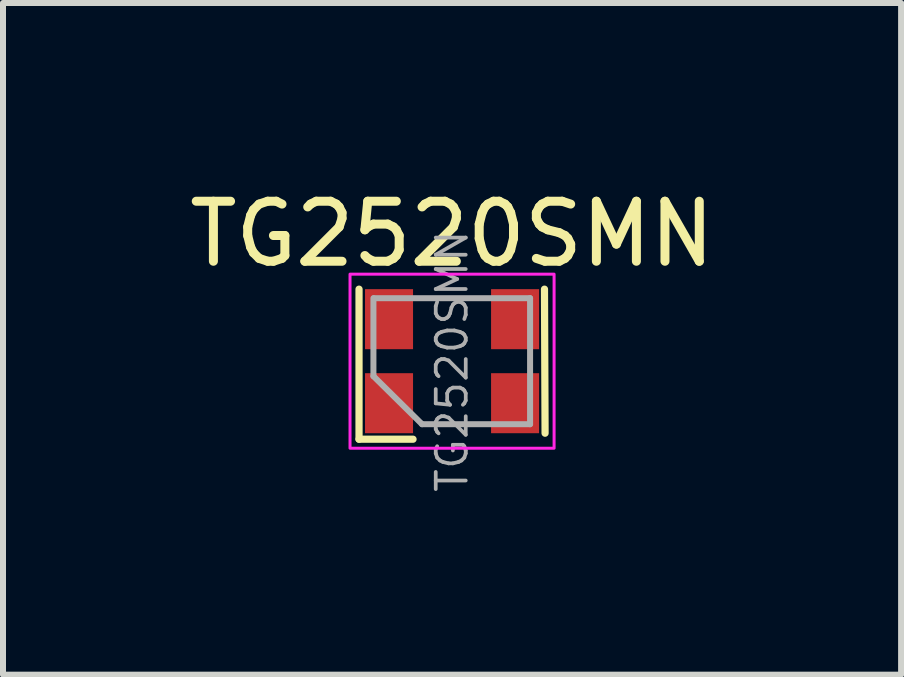
<source format=kicad_pcb>
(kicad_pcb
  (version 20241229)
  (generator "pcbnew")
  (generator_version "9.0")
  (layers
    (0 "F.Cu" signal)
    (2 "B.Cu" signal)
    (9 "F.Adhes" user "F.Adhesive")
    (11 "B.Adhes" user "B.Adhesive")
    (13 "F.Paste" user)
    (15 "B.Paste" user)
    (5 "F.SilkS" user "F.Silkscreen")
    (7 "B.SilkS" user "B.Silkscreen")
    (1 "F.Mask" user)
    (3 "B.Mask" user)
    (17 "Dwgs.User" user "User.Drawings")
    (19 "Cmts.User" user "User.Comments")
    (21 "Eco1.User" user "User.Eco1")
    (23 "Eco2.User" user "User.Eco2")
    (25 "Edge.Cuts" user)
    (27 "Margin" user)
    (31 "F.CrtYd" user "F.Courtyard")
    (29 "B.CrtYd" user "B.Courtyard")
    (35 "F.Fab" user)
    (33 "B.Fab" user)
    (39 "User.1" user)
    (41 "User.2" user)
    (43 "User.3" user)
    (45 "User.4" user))
  (footprint "TG2520SMN"
    (layer "F.Cu")
    (at 4.482 2.968)
    (property "Reference" "TG2520SMN" (at 0 -2.12 0) (unlocked yes) (layer "F.SilkS") (effects (font (size 1 1) (thickness 0.15))))
    (attr smd)
    (fp_line (start -1.55 -1.2) (end -1.55 1.3) (stroke (width 0.12) (type solid)) (layer "F.SilkS"))
    (fp_line (start -1.55 1.3) (end -0.65 1.3) (stroke (width 0.12) (type solid)) (layer "F.SilkS"))
    (fp_line (start 1.55 1.2) (end 1.54 -1.2) (stroke (width 0.12) (type solid)) (layer "F.SilkS"))
    (fp_rect (start -1.7 1.45) (end 1.7 -1.45) (stroke (width 0.05) (type solid)) (fill no) (layer "F.CrtYd"))
    (fp_line (start -1.31 -1.05) (end -1.31 0.25) (stroke (width 0.1) (type solid)) (layer "F.Fab"))
    (fp_line (start -1.31 0.25) (end -0.5 1.05) (stroke (width 0.1) (type solid)) (layer "F.Fab"))
    (fp_line (start -1.3 -1.05) (end 1.3 -1.05) (stroke (width 0.1) (type solid)) (layer "F.Fab"))
    (fp_line (start 1.3 -1.05) (end 1.3 1.05) (stroke (width 0.1) (type solid)) (layer "F.Fab"))
    (fp_line (start 1.3 1.05) (end -0.5 1.05) (stroke (width 0.1) (type solid)) (layer "F.Fab"))
    (fp_text user "${REFERENCE}" (at 0 0 90) (unlocked yes) (layer "F.Fab") (effects (font (size 0.5 0.5) (thickness 0.062))))
    (pad "1" smd rect (at -1.05 0.7) (size 0.8 1) (layers "F.Cu" "F.Mask" "F.Paste"))
    (pad "2" smd rect (at 1.05 0.7) (size 0.8 1) (layers "F.Cu" "F.Mask" "F.Paste"))
    (pad "3" smd rect (at 1.05 -0.7) (size 0.8 1) (layers "F.Cu" "F.Mask" "F.Paste"))
    (pad "4" smd rect (at -1.05 -0.7) (size 0.8 1) (layers "F.Cu" "F.Mask" "F.Paste")))
  (gr_rect
    (start -3 -3)
    (end 11.964 8.191)
    (stroke (width 0.1) (type default))
    (fill no)
    (layer "Edge.Cuts")))
</source>
